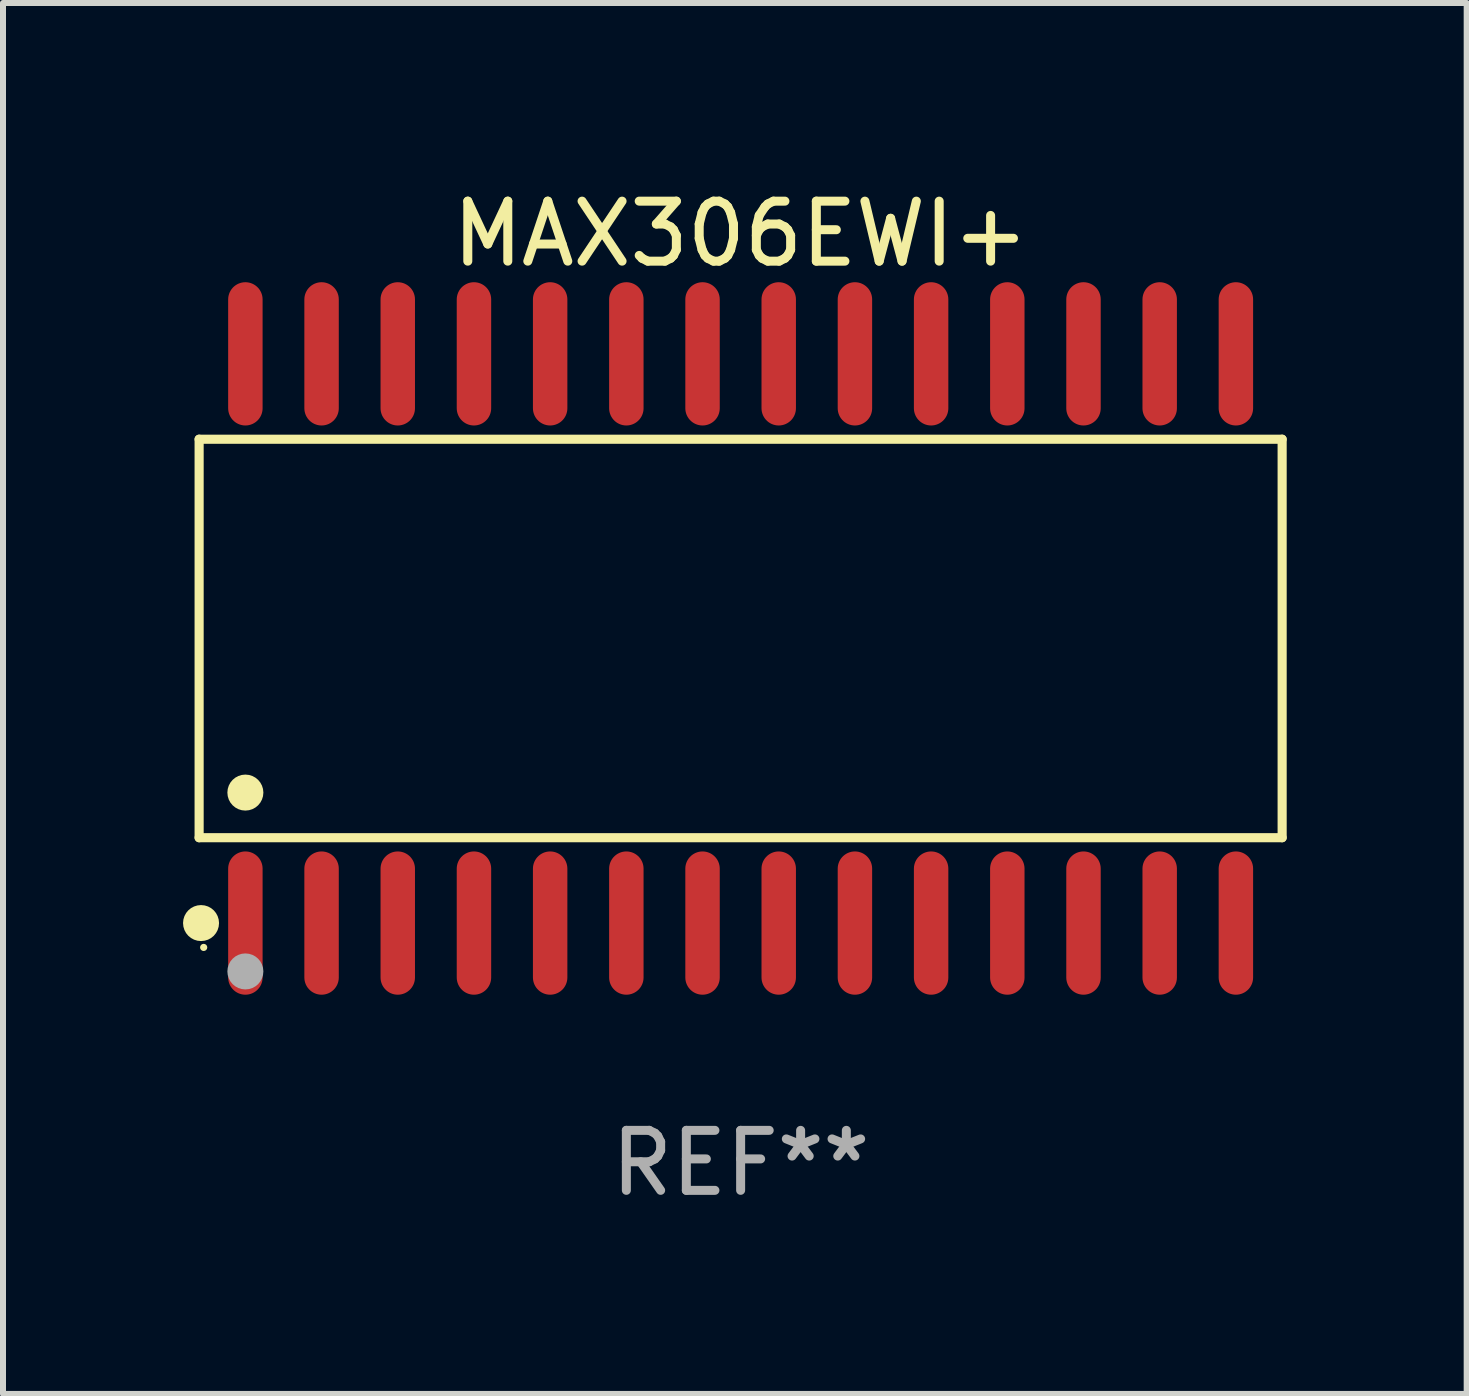
<source format=kicad_pcb>
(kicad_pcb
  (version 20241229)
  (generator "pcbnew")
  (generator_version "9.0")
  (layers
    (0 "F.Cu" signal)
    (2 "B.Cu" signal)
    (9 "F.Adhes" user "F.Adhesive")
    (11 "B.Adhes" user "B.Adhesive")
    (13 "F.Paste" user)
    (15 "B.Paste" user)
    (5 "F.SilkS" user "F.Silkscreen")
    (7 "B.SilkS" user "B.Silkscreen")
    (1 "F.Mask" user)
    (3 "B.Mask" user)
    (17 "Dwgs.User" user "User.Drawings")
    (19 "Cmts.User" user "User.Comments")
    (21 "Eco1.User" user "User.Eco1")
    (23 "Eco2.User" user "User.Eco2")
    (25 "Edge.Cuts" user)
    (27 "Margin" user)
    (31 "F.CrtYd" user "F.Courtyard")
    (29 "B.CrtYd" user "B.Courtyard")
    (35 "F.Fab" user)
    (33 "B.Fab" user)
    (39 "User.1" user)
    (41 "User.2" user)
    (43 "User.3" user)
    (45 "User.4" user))
  (footprint "MAX306EWI+"
    (layer "F.Cu")
    (at 9.295 7.592)
    (property "Reference" "MAX306EWI+" (at 0 -6.744 0) (layer "F.SilkS") (effects (font (size 1 1) (thickness 0.15))))
    (attr through_hole)
    (fp_line (start -9.026 -3.321) (end 9.026 -3.321) (stroke (width 0.152) (type solid)) (layer "F.SilkS"))
    (fp_line (start -9.026 3.321) (end -9.026 -3.321) (stroke (width 0.152) (type solid)) (layer "F.SilkS"))
    (fp_line (start 9.026 -3.321) (end 9.026 3.321) (stroke (width 0.152) (type solid)) (layer "F.SilkS"))
    (fp_line (start 9.026 3.321) (end -9.026 3.321) (stroke (width 0.152) (type solid)) (layer "F.SilkS"))
    (fp_circle (center -8.994 4.744) (end -8.844 4.744) (stroke (width 0.3) (type solid)) (fill no) (layer "F.SilkS"))
    (fp_circle (center -8.95 5.15) (end -8.92 5.15) (stroke (width 0.06) (type solid)) (fill no) (layer "F.SilkS"))
    (fp_circle (center -8.255 2.569) (end -8.105 2.569) (stroke (width 0.3) (type solid)) (fill no) (layer "F.SilkS"))
    (fp_circle (center -8.255 5.55) (end -8.105 5.55) (stroke (width 0.3) (type solid)) (fill no) (layer "F.Fab"))
    (fp_text user "REF**" (at 0 8.744 0) (layer "F.Fab") (effects (font (size 1 1) (thickness 0.15))))
    (pad "1" smd oval (at -8.255 4.744) (size 0.574 2.388) (layers "F.Cu" "F.Mask" "F.Paste"))
    (pad "2" smd oval (at -6.985 4.744) (size 0.574 2.388) (layers "F.Cu" "F.Mask" "F.Paste"))
    (pad "3" smd oval (at -5.715 4.744) (size 0.574 2.388) (layers "F.Cu" "F.Mask" "F.Paste"))
    (pad "4" smd oval (at -4.445 4.744) (size 0.574 2.388) (layers "F.Cu" "F.Mask" "F.Paste"))
    (pad "5" smd oval (at -3.175 4.744) (size 0.574 2.388) (layers "F.Cu" "F.Mask" "F.Paste"))
    (pad "6" smd oval (at -1.905 4.744) (size 0.574 2.388) (layers "F.Cu" "F.Mask" "F.Paste"))
    (pad "7" smd oval (at -0.635 4.744) (size 0.574 2.388) (layers "F.Cu" "F.Mask" "F.Paste"))
    (pad "8" smd oval (at 0.635 4.744) (size 0.574 2.388) (layers "F.Cu" "F.Mask" "F.Paste"))
    (pad "9" smd oval (at 1.905 4.744) (size 0.574 2.388) (layers "F.Cu" "F.Mask" "F.Paste"))
    (pad "10" smd oval (at 3.175 4.744) (size 0.574 2.388) (layers "F.Cu" "F.Mask" "F.Paste"))
    (pad "11" smd oval (at 4.445 4.744) (size 0.574 2.388) (layers "F.Cu" "F.Mask" "F.Paste"))
    (pad "12" smd oval (at 5.715 4.744) (size 0.574 2.388) (layers "F.Cu" "F.Mask" "F.Paste"))
    (pad "13" smd oval (at 6.985 4.744) (size 0.574 2.388) (layers "F.Cu" "F.Mask" "F.Paste"))
    (pad "14" smd oval (at 8.255 4.744) (size 0.574 2.388) (layers "F.Cu" "F.Mask" "F.Paste"))
    (pad "15" smd oval (at 8.255 -4.744) (size 0.574 2.388) (layers "F.Cu" "F.Mask" "F.Paste"))
    (pad "16" smd oval (at 6.985 -4.744) (size 0.574 2.388) (layers "F.Cu" "F.Mask" "F.Paste"))
    (pad "17" smd oval (at 5.715 -4.744) (size 0.574 2.388) (layers "F.Cu" "F.Mask" "F.Paste"))
    (pad "18" smd oval (at 4.445 -4.744) (size 0.574 2.388) (layers "F.Cu" "F.Mask" "F.Paste"))
    (pad "19" smd oval (at 3.175 -4.744) (size 0.574 2.388) (layers "F.Cu" "F.Mask" "F.Paste"))
    (pad "20" smd oval (at 1.905 -4.744) (size 0.574 2.388) (layers "F.Cu" "F.Mask" "F.Paste"))
    (pad "21" smd oval (at 0.635 -4.744) (size 0.574 2.388) (layers "F.Cu" "F.Mask" "F.Paste"))
    (pad "22" smd oval (at -0.635 -4.744) (size 0.574 2.388) (layers "F.Cu" "F.Mask" "F.Paste"))
    (pad "23" smd oval (at -1.905 -4.744) (size 0.574 2.388) (layers "F.Cu" "F.Mask" "F.Paste"))
    (pad "24" smd oval (at -3.175 -4.744) (size 0.574 2.388) (layers "F.Cu" "F.Mask" "F.Paste"))
    (pad "25" smd oval (at -4.445 -4.744) (size 0.574 2.388) (layers "F.Cu" "F.Mask" "F.Paste"))
    (pad "26" smd oval (at -5.715 -4.744) (size 0.574 2.388) (layers "F.Cu" "F.Mask" "F.Paste"))
    (pad "27" smd oval (at -6.985 -4.744) (size 0.574 2.388) (layers "F.Cu" "F.Mask" "F.Paste"))
    (pad "28" smd oval (at -8.255 -4.744) (size 0.574 2.388) (layers "F.Cu" "F.Mask" "F.Paste")))
  (gr_rect
    (start -3 -3)
    (end 21.397 20.184)
    (stroke (width 0.1) (type default))
    (fill no)
    (layer "Edge.Cuts")))
</source>
